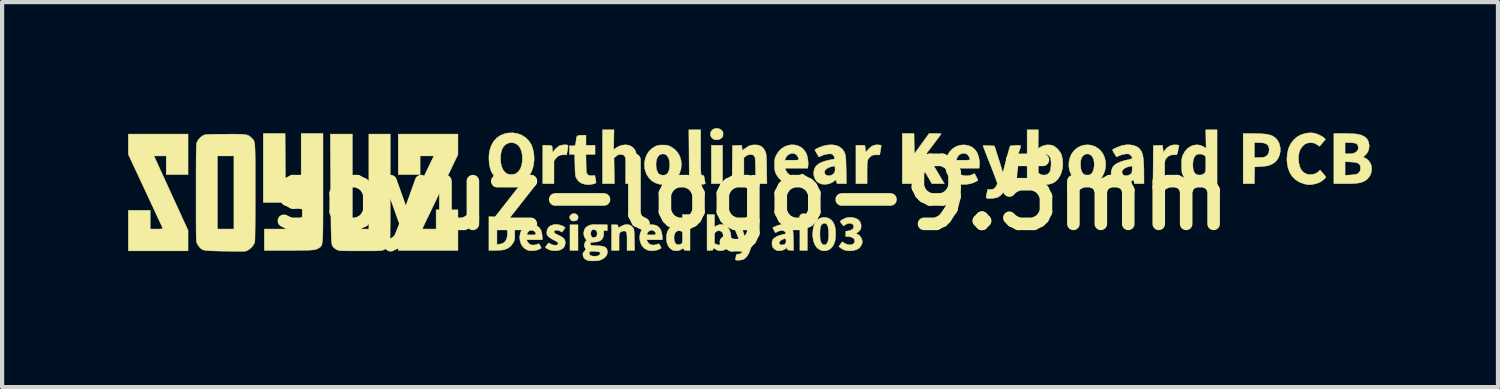
<source format=kicad_pcb>
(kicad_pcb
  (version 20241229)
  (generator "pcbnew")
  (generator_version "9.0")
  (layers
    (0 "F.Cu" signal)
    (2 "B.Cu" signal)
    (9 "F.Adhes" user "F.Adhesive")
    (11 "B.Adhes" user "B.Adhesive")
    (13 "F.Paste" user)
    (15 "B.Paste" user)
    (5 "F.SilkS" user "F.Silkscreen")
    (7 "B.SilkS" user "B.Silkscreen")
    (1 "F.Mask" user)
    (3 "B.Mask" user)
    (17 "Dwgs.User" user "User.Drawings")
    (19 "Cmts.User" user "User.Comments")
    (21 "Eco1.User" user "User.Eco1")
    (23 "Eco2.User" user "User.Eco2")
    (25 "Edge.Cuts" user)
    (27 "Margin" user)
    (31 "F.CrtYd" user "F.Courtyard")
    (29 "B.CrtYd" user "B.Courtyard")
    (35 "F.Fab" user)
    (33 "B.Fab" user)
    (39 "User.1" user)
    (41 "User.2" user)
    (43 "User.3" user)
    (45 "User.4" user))
  (footprint "soyuz-logo-9.5mm"
    (layer "F.Cu")
    (at 14.813 1.59)
    (property "Reference" "soyuz-logo-9.5mm" (at 0 0 0) (layer "F.SilkS") (effects (font (size 1.524 1.524) (thickness 0.3))))
    (attr through_hole)
    (fp_poly (pts (xy -4.102 1.321) (xy -4.293 1.321) (xy -4.293 0.711) (xy -4.102 0.711) (xy -4.102 1.321)) (stroke (width 0.01) (type solid)) (fill yes) (layer "F.SilkS"))
    (fp_poly (pts (xy -0.66 -0.267) (xy -0.927 -0.267) (xy -0.927 -1.181) (xy -0.66 -1.181) (xy -0.66 -0.267)) (stroke (width 0.01) (type solid)) (fill yes) (layer "F.SilkS"))
    (fp_poly (pts (xy 1.359 1.321) (xy 1.181 1.321) (xy 1.181 0.711) (xy 1.359 0.711) (xy 1.359 1.321)) (stroke (width 0.01) (type solid)) (fill yes) (layer "F.SilkS"))
    (fp_poly (pts (xy 1.322 0.455) (xy 1.356 0.482) (xy 1.371 0.524) (xy 1.372 0.533) (xy 1.361 0.575) (xy 1.333 0.605) (xy 1.294 0.622) (xy 1.251 0.623) (xy 1.211 0.606) (xy 1.196 0.593) (xy 1.173 0.554) (xy 1.172 0.514) (xy 1.19 0.479) (xy 1.225 0.454) (xy 1.273 0.445) (xy 1.274 0.445) (xy 1.322 0.455)) (stroke (width 0.01) (type solid)) (fill yes) (layer "F.SilkS"))
    (fp_poly (pts (xy -4.151 0.454) (xy -4.118 0.478) (xy -4.1 0.514) (xy -4.098 0.531) (xy -4.108 0.578) (xy -4.137 0.608) (xy -4.184 0.622) (xy -4.198 0.622) (xy -4.238 0.619) (xy -4.265 0.604) (xy -4.279 0.589) (xy -4.302 0.548) (xy -4.3 0.512) (xy -4.274 0.476) (xy -4.274 0.476) (xy -4.235 0.451) (xy -4.192 0.444) (xy -4.151 0.454)) (stroke (width 0.01) (type solid)) (fill yes) (layer "F.SilkS"))
    (fp_poly (pts (xy -0.721 -1.566) (xy -0.687 -1.542) (xy -0.662 -1.517) (xy -0.65 -1.49) (xy -0.648 -1.45) (xy -0.648 -1.449) (xy -0.651 -1.407) (xy -0.664 -1.377) (xy -0.685 -1.353) (xy -0.733 -1.323) (xy -0.791 -1.31) (xy -0.849 -1.316) (xy -0.884 -1.331) (xy -0.926 -1.37) (xy -0.947 -1.417) (xy -0.949 -1.466) (xy -0.933 -1.513) (xy -0.899 -1.552) (xy -0.849 -1.578) (xy -0.831 -1.582) (xy -0.772 -1.585) (xy -0.721 -1.566)) (stroke (width 0.01) (type solid)) (fill yes) (layer "F.SilkS"))
    (fp_poly (pts (xy -6.96 -0.96) (xy -7.152 -0.559) (xy -7.208 -0.443) (xy -7.271 -0.311) (xy -7.339 -0.171) (xy -7.408 -0.028) (xy -7.474 0.108) (xy -7.534 0.233) (xy -7.547 0.26) (xy -7.595 0.359) (xy -7.64 0.453) (xy -7.682 0.54) (xy -7.718 0.616) (xy -7.748 0.678) (xy -7.769 0.723) (xy -7.78 0.746) (xy -7.81 0.813) (xy -7.48 0.813) (xy -7.48 0.356) (xy -6.96 0.356) (xy -6.96 1.321) (xy -8.382 1.321) (xy -8.382 0.832) (xy -7.534 -0.927) (xy -7.861 -0.927) (xy -7.861 -0.483) (xy -8.382 -0.483) (xy -8.382 -1.448) (xy -6.96 -1.448) (xy -6.96 -0.96)) (stroke (width 0.01) (type solid)) (fill yes) (layer "F.SilkS"))
    (fp_poly (pts (xy -1.181 -1.016) (xy -1.181 -0.886) (xy -1.181 -0.779) (xy -1.18 -0.693) (xy -1.18 -0.625) (xy -1.178 -0.573) (xy -1.177 -0.535) (xy -1.174 -0.508) (xy -1.171 -0.491) (xy -1.167 -0.48) (xy -1.162 -0.474) (xy -1.155 -0.47) (xy -1.131 -0.462) (xy -1.118 -0.463) (xy -1.108 -0.457) (xy -1.1 -0.434) (xy -1.099 -0.429) (xy -1.092 -0.39) (xy -1.084 -0.342) (xy -1.081 -0.327) (xy -1.07 -0.267) (xy -1.116 -0.254) (xy -1.193 -0.243) (xy -1.276 -0.253) (xy -1.281 -0.254) (xy -1.341 -0.278) (xy -1.388 -0.321) (xy -1.422 -0.375) (xy -1.454 -0.438) (xy -1.458 -0.994) (xy -1.463 -1.549) (xy -1.181 -1.549) (xy -1.181 -1.016)) (stroke (width 0.01) (type solid)) (fill yes) (layer "F.SilkS"))
    (fp_poly (pts (xy 10.156 -1.19) (xy 10.164 -1.189) (xy 10.208 -1.181) (xy 10.19 -1.095) (xy 10.178 -1.034) (xy 10.169 -0.993) (xy 10.16 -0.969) (xy 10.147 -0.957) (xy 10.129 -0.954) (xy 10.102 -0.954) (xy 10.086 -0.955) (xy 10.015 -0.949) (xy 9.958 -0.924) (xy 9.91 -0.878) (xy 9.898 -0.862) (xy 9.888 -0.846) (xy 9.88 -0.831) (xy 9.874 -0.812) (xy 9.87 -0.787) (xy 9.868 -0.752) (xy 9.867 -0.702) (xy 9.867 -0.635) (xy 9.867 -0.546) (xy 9.867 -0.541) (xy 9.869 -0.267) (xy 9.588 -0.267) (xy 9.592 -0.721) (xy 9.595 -1.175) (xy 9.704 -1.178) (xy 9.813 -1.182) (xy 9.825 -1.096) (xy 9.836 -1.011) (xy 9.869 -1.061) (xy 9.925 -1.125) (xy 9.995 -1.169) (xy 10.073 -1.191) (xy 10.156 -1.19)) (stroke (width 0.01) (type solid)) (fill yes) (layer "F.SilkS"))
    (fp_poly (pts (xy -4.362 -1.189) (xy -4.347 -1.184) (xy -4.34 -1.173) (xy -4.339 -1.15) (xy -4.344 -1.11) (xy -4.352 -1.063) (xy -4.372 -0.953) (xy -4.443 -0.955) (xy -4.515 -0.949) (xy -4.573 -0.924) (xy -4.623 -0.878) (xy -4.636 -0.861) (xy -4.674 -0.809) (xy -4.674 -0.267) (xy -4.94 -0.267) (xy -4.94 -1.181) (xy -4.834 -1.181) (xy -4.778 -1.18) (xy -4.742 -1.175) (xy -4.723 -1.161) (xy -4.714 -1.134) (xy -4.712 -1.09) (xy -4.712 -1.077) (xy -4.709 -1.044) (xy -4.701 -1.024) (xy -4.699 -1.022) (xy -4.687 -1.023) (xy -4.686 -1.028) (xy -4.677 -1.049) (xy -4.653 -1.079) (xy -4.619 -1.113) (xy -4.582 -1.143) (xy -4.548 -1.166) (xy -4.54 -1.17) (xy -4.499 -1.183) (xy -4.45 -1.191) (xy -4.401 -1.193) (xy -4.362 -1.189)) (stroke (width 0.01) (type solid)) (fill yes) (layer "F.SilkS"))
    (fp_poly (pts (xy 3.048 -1.191) (xy 3.085 -1.187) (xy 3.111 -1.182) (xy 3.117 -1.18) (xy 3.116 -1.166) (xy 3.112 -1.133) (xy 3.105 -1.087) (xy 3.101 -1.064) (xy 3.082 -0.953) (xy 2.995 -0.953) (xy 2.947 -0.951) (xy 2.915 -0.946) (xy 2.89 -0.934) (xy 2.864 -0.913) (xy 2.838 -0.889) (xy 2.818 -0.867) (xy 2.803 -0.842) (xy 2.793 -0.811) (xy 2.787 -0.771) (xy 2.783 -0.717) (xy 2.782 -0.646) (xy 2.781 -0.554) (xy 2.781 -0.534) (xy 2.781 -0.267) (xy 2.515 -0.267) (xy 2.515 -1.181) (xy 2.727 -1.181) (xy 2.735 -1.133) (xy 2.741 -1.09) (xy 2.743 -1.05) (xy 2.743 -1.048) (xy 2.744 -1.03) (xy 2.748 -1.024) (xy 2.76 -1.032) (xy 2.783 -1.055) (xy 2.807 -1.082) (xy 2.87 -1.142) (xy 2.933 -1.178) (xy 3.002 -1.192) (xy 3.048 -1.191)) (stroke (width 0.01) (type solid)) (fill yes) (layer "F.SilkS"))
    (fp_poly (pts (xy -13.386 -0.483) (xy -13.906 -0.483) (xy -13.906 -0.927) (xy -14.197 -0.927) (xy -14.126 -0.772) (xy -14.108 -0.732) (xy -14.081 -0.672) (xy -14.045 -0.594) (xy -14.002 -0.5) (xy -13.953 -0.394) (xy -13.9 -0.277) (xy -13.842 -0.152) (xy -13.783 -0.022) (xy -13.722 0.111) (xy -13.721 0.113) (xy -13.386 0.843) (xy -13.386 1.333) (xy -14.808 1.333) (xy -14.808 0.368) (xy -14.287 0.368) (xy -14.287 0.813) (xy -14.134 0.813) (xy -14.066 0.812) (xy -14.021 0.81) (xy -13.996 0.806) (xy -13.986 0.8) (xy -13.986 0.797) (xy -13.993 0.783) (xy -14.009 0.748) (xy -14.034 0.694) (xy -14.068 0.622) (xy -14.109 0.534) (xy -14.156 0.432) (xy -14.209 0.319) (xy -14.267 0.195) (xy -14.329 0.062) (xy -14.394 -0.077) (xy -14.4 -0.091) (xy -14.808 -0.963) (xy -14.808 -1.448) (xy -13.386 -1.448) (xy -13.386 -0.483)) (stroke (width 0.01) (type solid)) (fill yes) (layer "F.SilkS"))
    (fp_poly (pts (xy -11.068 -0.324) (xy -10.881 -0.32) (xy -10.693 -0.317) (xy -10.693 -1.46) (xy -10.173 -1.46) (xy -10.173 -0.186) (xy -10.173 0.03) (xy -10.173 0.222) (xy -10.173 0.392) (xy -10.173 0.541) (xy -10.174 0.671) (xy -10.175 0.782) (xy -10.176 0.877) (xy -10.178 0.957) (xy -10.181 1.023) (xy -10.184 1.077) (xy -10.189 1.12) (xy -10.194 1.154) (xy -10.2 1.18) (xy -10.207 1.2) (xy -10.215 1.215) (xy -10.224 1.227) (xy -10.235 1.236) (xy -10.247 1.246) (xy -10.255 1.252) (xy -10.276 1.267) (xy -10.297 1.28) (xy -10.321 1.291) (xy -10.348 1.3) (xy -10.383 1.306) (xy -10.427 1.311) (xy -10.482 1.315) (xy -10.552 1.318) (xy -10.638 1.319) (xy -10.742 1.32) (xy -10.868 1.321) (xy -10.994 1.321) (xy -11.57 1.321) (xy -11.57 0.813) (xy -10.668 0.813) (xy -10.668 0.178) (xy -11.595 0.178) (xy -11.595 -1.46) (xy -11.075 -1.46) (xy -11.068 -0.324)) (stroke (width 0.01) (type solid)) (fill yes) (layer "F.SilkS"))
    (fp_poly (pts (xy -3.249 -1.313) (xy -3.253 -1.077) (xy -3.208 -1.111) (xy -3.132 -1.157) (xy -3.052 -1.184) (xy -2.971 -1.193) (xy -2.895 -1.183) (xy -2.828 -1.154) (xy -2.789 -1.122) (xy -2.765 -1.096) (xy -2.746 -1.07) (xy -2.731 -1.04) (xy -2.72 -1.004) (xy -2.711 -0.959) (xy -2.705 -0.9) (xy -2.701 -0.826) (xy -2.698 -0.733) (xy -2.696 -0.618) (xy -2.696 -0.613) (xy -2.69 -0.267) (xy -2.968 -0.267) (xy -2.967 -0.577) (xy -2.966 -0.674) (xy -2.967 -0.749) (xy -2.967 -0.805) (xy -2.969 -0.846) (xy -2.972 -0.874) (xy -2.977 -0.894) (xy -2.983 -0.909) (xy -2.991 -0.921) (xy -2.992 -0.923) (xy -3.016 -0.948) (xy -3.048 -0.959) (xy -3.076 -0.963) (xy -3.114 -0.962) (xy -3.146 -0.953) (xy -3.181 -0.93) (xy -3.189 -0.924) (xy -3.245 -0.881) (xy -3.24 -0.574) (xy -3.235 -0.267) (xy -3.518 -0.267) (xy -3.518 -1.549) (xy -3.245 -1.549) (xy -3.249 -1.313)) (stroke (width 0.01) (type solid)) (fill yes) (layer "F.SilkS"))
    (fp_poly (pts (xy -2.873 0.715) (xy -2.821 0.746) (xy -2.784 0.792) (xy -2.776 0.811) (xy -2.77 0.836) (xy -2.765 0.872) (xy -2.762 0.923) (xy -2.76 0.991) (xy -2.758 1.076) (xy -2.754 1.321) (xy -2.934 1.321) (xy -2.934 1.114) (xy -2.934 1.027) (xy -2.936 0.962) (xy -2.942 0.917) (xy -2.95 0.887) (xy -2.964 0.869) (xy -2.983 0.861) (xy -3.01 0.859) (xy -3.014 0.859) (xy -3.066 0.87) (xy -3.092 0.889) (xy -3.104 0.901) (xy -3.113 0.914) (xy -3.118 0.931) (xy -3.122 0.959) (xy -3.124 0.999) (xy -3.124 1.058) (xy -3.124 1.12) (xy -3.124 1.321) (xy -3.302 1.321) (xy -3.302 0.711) (xy -3.226 0.711) (xy -3.184 0.712) (xy -3.161 0.716) (xy -3.151 0.725) (xy -3.15 0.741) (xy -3.147 0.766) (xy -3.137 0.776) (xy -3.115 0.771) (xy -3.078 0.75) (xy -3.07 0.745) (xy -3.002 0.714) (xy -2.935 0.704) (xy -2.873 0.715)) (stroke (width 0.01) (type solid)) (fill yes) (layer "F.SilkS"))
    (fp_poly (pts (xy 11.979 -1.46) (xy 12.099 -1.459) (xy 12.197 -1.454) (xy 12.277 -1.446) (xy 12.343 -1.434) (xy 12.399 -1.418) (xy 12.443 -1.398) (xy 12.51 -1.351) (xy 12.562 -1.287) (xy 12.597 -1.212) (xy 12.616 -1.129) (xy 12.619 -1.043) (xy 12.604 -0.958) (xy 12.572 -0.878) (xy 12.522 -0.808) (xy 12.494 -0.781) (xy 12.436 -0.74) (xy 12.371 -0.71) (xy 12.293 -0.69) (xy 12.197 -0.677) (xy 12.154 -0.675) (xy 12.008 -0.667) (xy 12.004 -0.467) (xy 12.001 -0.267) (xy 11.735 -0.267) (xy 11.735 -0.889) (xy 12.002 -0.889) (xy 12.113 -0.889) (xy 12.178 -0.891) (xy 12.225 -0.897) (xy 12.26 -0.908) (xy 12.268 -0.912) (xy 12.317 -0.951) (xy 12.346 -1.005) (xy 12.354 -1.074) (xy 12.354 -1.089) (xy 12.343 -1.146) (xy 12.319 -1.188) (xy 12.28 -1.217) (xy 12.222 -1.236) (xy 12.143 -1.244) (xy 12.1 -1.245) (xy 12.002 -1.245) (xy 12.002 -0.889) (xy 11.735 -0.889) (xy 11.735 -1.46) (xy 11.979 -1.46)) (stroke (width 0.01) (type solid)) (fill yes) (layer "F.SilkS"))
    (fp_poly (pts (xy 0.172 -1.188) (xy 0.245 -1.164) (xy 0.304 -1.12) (xy 0.347 -1.054) (xy 0.357 -1.032) (xy 0.366 -1.009) (xy 0.373 -0.986) (xy 0.378 -0.959) (xy 0.382 -0.926) (xy 0.385 -0.882) (xy 0.387 -0.825) (xy 0.389 -0.751) (xy 0.39 -0.656) (xy 0.391 -0.613) (xy 0.396 -0.267) (xy 0.129 -0.267) (xy 0.125 -0.577) (xy 0.124 -0.674) (xy 0.122 -0.749) (xy 0.12 -0.805) (xy 0.117 -0.846) (xy 0.114 -0.875) (xy 0.109 -0.895) (xy 0.102 -0.91) (xy 0.094 -0.922) (xy 0.094 -0.923) (xy 0.073 -0.945) (xy 0.05 -0.956) (xy 0.013 -0.958) (xy 0.003 -0.958) (xy -0.047 -0.953) (xy -0.087 -0.937) (xy -0.106 -0.923) (xy -0.152 -0.888) (xy -0.152 -0.267) (xy -0.432 -0.267) (xy -0.429 -0.721) (xy -0.425 -1.175) (xy -0.316 -1.178) (xy -0.206 -1.182) (xy -0.197 -1.119) (xy -0.188 -1.056) (xy -0.131 -1.1) (xy -0.072 -1.141) (xy -0.023 -1.168) (xy 0.027 -1.183) (xy 0.085 -1.191) (xy 0.172 -1.188)) (stroke (width 0.01) (type solid)) (fill yes) (layer "F.SilkS"))
    (fp_poly (pts (xy 3.902 -1.218) (xy 3.905 -0.976) (xy 4.081 -1.218) (xy 4.256 -1.46) (xy 4.401 -1.46) (xy 4.459 -1.46) (xy 4.505 -1.459) (xy 4.536 -1.457) (xy 4.547 -1.454) (xy 4.539 -1.443) (xy 4.519 -1.416) (xy 4.489 -1.375) (xy 4.451 -1.324) (xy 4.408 -1.267) (xy 4.363 -1.207) (xy 4.318 -1.147) (xy 4.276 -1.092) (xy 4.239 -1.044) (xy 4.211 -1.007) (xy 4.203 -0.997) (xy 4.203 -0.979) (xy 4.216 -0.948) (xy 4.228 -0.927) (xy 4.244 -0.901) (xy 4.27 -0.856) (xy 4.306 -0.797) (xy 4.348 -0.727) (xy 4.394 -0.649) (xy 4.442 -0.568) (xy 4.621 -0.267) (xy 4.324 -0.267) (xy 4.18 -0.514) (xy 4.139 -0.586) (xy 4.102 -0.649) (xy 4.071 -0.701) (xy 4.048 -0.739) (xy 4.035 -0.759) (xy 4.033 -0.762) (xy 4.024 -0.753) (xy 4.003 -0.728) (xy 3.975 -0.692) (xy 3.964 -0.678) (xy 3.899 -0.594) (xy 3.899 -0.267) (xy 3.619 -0.267) (xy 3.619 -1.46) (xy 3.898 -1.46) (xy 3.902 -1.218)) (stroke (width 0.01) (type solid)) (fill yes) (layer "F.SilkS"))
    (fp_poly (pts (xy -6.055 0.525) (xy -5.97 0.53) (xy -5.904 0.536) (xy -5.854 0.545) (xy -5.812 0.557) (xy -5.774 0.574) (xy -5.738 0.595) (xy -5.695 0.63) (xy -5.661 0.674) (xy -5.644 0.707) (xy -5.628 0.741) (xy -5.617 0.771) (xy -5.611 0.804) (xy -5.608 0.847) (xy -5.607 0.906) (xy -5.607 0.927) (xy -5.607 0.991) (xy -5.609 1.036) (xy -5.614 1.069) (xy -5.623 1.097) (xy -5.636 1.125) (xy -5.646 1.143) (xy -5.7 1.215) (xy -5.771 1.27) (xy -5.854 1.304) (xy -5.868 1.307) (xy -5.908 1.313) (xy -5.964 1.317) (xy -6.029 1.32) (xy -6.078 1.321) (xy -6.223 1.321) (xy -6.223 0.673) (xy -6.032 0.673) (xy -6.032 1.181) (xy -5.972 1.173) (xy -5.926 1.163) (xy -5.883 1.147) (xy -5.872 1.141) (xy -5.829 1.101) (xy -5.799 1.04) (xy -5.782 0.96) (xy -5.782 0.959) (xy -5.782 0.872) (xy -5.801 0.798) (xy -5.836 0.739) (xy -5.886 0.698) (xy -5.951 0.676) (xy -5.989 0.673) (xy -6.032 0.673) (xy -6.223 0.673) (xy -6.223 0.517) (xy -6.055 0.525)) (stroke (width 0.01) (type solid)) (fill yes) (layer "F.SilkS"))
    (fp_poly (pts (xy 1.792 0.536) (xy 1.865 0.555) (xy 1.927 0.596) (xy 1.976 0.658) (xy 2.011 0.737) (xy 2.015 0.753) (xy 2.027 0.823) (xy 2.032 0.907) (xy 2.03 0.995) (xy 2.021 1.075) (xy 2.012 1.117) (xy 1.979 1.198) (xy 1.932 1.261) (xy 1.873 1.306) (xy 1.807 1.33) (xy 1.735 1.332) (xy 1.661 1.31) (xy 1.651 1.305) (xy 1.591 1.261) (xy 1.543 1.196) (xy 1.509 1.114) (xy 1.49 1.016) (xy 1.486 0.943) (xy 1.658 0.943) (xy 1.66 1.007) (xy 1.664 1.059) (xy 1.667 1.081) (xy 1.686 1.135) (xy 1.715 1.172) (xy 1.749 1.191) (xy 1.786 1.189) (xy 1.815 1.169) (xy 1.84 1.133) (xy 1.856 1.079) (xy 1.865 1.005) (xy 1.867 0.933) (xy 1.863 0.837) (xy 1.851 0.764) (xy 1.831 0.713) (xy 1.802 0.683) (xy 1.764 0.673) (xy 1.723 0.685) (xy 1.69 0.718) (xy 1.669 0.766) (xy 1.667 0.774) (xy 1.662 0.817) (xy 1.659 0.876) (xy 1.658 0.943) (xy 1.486 0.943) (xy 1.486 0.938) (xy 1.494 0.824) (xy 1.516 0.727) (xy 1.553 0.649) (xy 1.603 0.59) (xy 1.666 0.552) (xy 1.74 0.536) (xy 1.792 0.536)) (stroke (width 0.01) (type solid)) (fill yes) (layer "F.SilkS"))
    (fp_poly (pts (xy -0.851 0.761) (xy -0.81 0.737) (xy -0.74 0.709) (xy -0.672 0.704) (xy -0.633 0.712) (xy -0.573 0.74) (xy -0.525 0.786) (xy -0.49 0.846) (xy -0.468 0.916) (xy -0.458 0.992) (xy -0.462 1.069) (xy -0.478 1.143) (xy -0.508 1.21) (xy -0.551 1.265) (xy -0.608 1.306) (xy -0.614 1.309) (xy -0.685 1.33) (xy -0.751 1.329) (xy -0.794 1.313) (xy -0.827 1.294) (xy -0.853 1.275) (xy -0.868 1.264) (xy -0.877 1.273) (xy -0.881 1.288) (xy -0.888 1.307) (xy -0.902 1.317) (xy -0.929 1.32) (xy -0.959 1.321) (xy -1.029 1.321) (xy -1.029 1.03) (xy -0.851 1.03) (xy -0.851 1.157) (xy -0.81 1.175) (xy -0.777 1.188) (xy -0.756 1.192) (xy -0.736 1.188) (xy -0.719 1.182) (xy -0.683 1.155) (xy -0.658 1.107) (xy -0.645 1.04) (xy -0.644 1.007) (xy -0.646 0.954) (xy -0.654 0.918) (xy -0.669 0.892) (xy -0.705 0.862) (xy -0.751 0.852) (xy -0.797 0.864) (xy -0.817 0.877) (xy -0.832 0.89) (xy -0.842 0.905) (xy -0.848 0.926) (xy -0.85 0.96) (xy -0.851 1.013) (xy -0.851 1.03) (xy -1.029 1.03) (xy -1.029 0.47) (xy -0.851 0.47) (xy -0.851 0.761)) (stroke (width 0.01) (type solid)) (fill yes) (layer "F.SilkS"))
    (fp_poly (pts (xy -3.912 -1.181) (xy -3.696 -1.181) (xy -3.696 -0.965) (xy -3.914 -0.965) (xy -3.909 -0.744) (xy -3.908 -0.664) (xy -3.906 -0.605) (xy -3.903 -0.564) (xy -3.899 -0.536) (xy -3.894 -0.517) (xy -3.885 -0.502) (xy -3.874 -0.489) (xy -3.874 -0.489) (xy -3.852 -0.469) (xy -3.829 -0.46) (xy -3.794 -0.458) (xy -3.772 -0.459) (xy -3.703 -0.464) (xy -3.685 -0.384) (xy -3.677 -0.34) (xy -3.673 -0.304) (xy -3.674 -0.287) (xy -3.69 -0.276) (xy -3.723 -0.264) (xy -3.762 -0.255) (xy -3.816 -0.247) (xy -3.855 -0.244) (xy -3.891 -0.245) (xy -3.933 -0.252) (xy -3.946 -0.255) (xy -4.022 -0.278) (xy -4.081 -0.318) (xy -4.128 -0.376) (xy -4.15 -0.419) (xy -4.158 -0.442) (xy -4.164 -0.474) (xy -4.168 -0.52) (xy -4.172 -0.583) (xy -4.174 -0.666) (xy -4.175 -0.714) (xy -4.181 -0.965) (xy -4.305 -0.965) (xy -4.305 -1.168) (xy -4.236 -1.168) (xy -4.206 -1.168) (xy -4.185 -1.17) (xy -4.172 -1.179) (xy -4.163 -1.198) (xy -4.156 -1.231) (xy -4.149 -1.283) (xy -4.143 -1.327) (xy -4.137 -1.367) (xy -4.126 -1.394) (xy -4.106 -1.409) (xy -4.073 -1.417) (xy -4.021 -1.421) (xy -3.991 -1.421) (xy -3.912 -1.422) (xy -3.912 -1.181)) (stroke (width 0.01) (type solid)) (fill yes) (layer "F.SilkS"))
    (fp_poly (pts (xy 8.133 -1.179) (xy 8.222 -1.145) (xy 8.304 -1.089) (xy 8.33 -1.066) (xy 8.392 -0.986) (xy 8.435 -0.894) (xy 8.458 -0.792) (xy 8.461 -0.685) (xy 8.442 -0.578) (xy 8.413 -0.497) (xy 8.363 -0.413) (xy 8.294 -0.344) (xy 8.212 -0.292) (xy 8.12 -0.259) (xy 8.023 -0.247) (xy 7.939 -0.255) (xy 7.843 -0.286) (xy 7.76 -0.337) (xy 7.69 -0.406) (xy 7.637 -0.488) (xy 7.601 -0.581) (xy 7.584 -0.682) (xy 7.585 -0.718) (xy 7.862 -0.718) (xy 7.869 -0.625) (xy 7.89 -0.554) (xy 7.925 -0.503) (xy 7.973 -0.474) (xy 7.981 -0.472) (xy 8.032 -0.466) (xy 8.082 -0.478) (xy 8.101 -0.486) (xy 8.133 -0.515) (xy 8.159 -0.563) (xy 8.178 -0.624) (xy 8.188 -0.693) (xy 8.188 -0.765) (xy 8.177 -0.832) (xy 8.17 -0.857) (xy 8.139 -0.916) (xy 8.096 -0.956) (xy 8.047 -0.975) (xy 7.995 -0.973) (xy 7.943 -0.948) (xy 7.932 -0.939) (xy 7.898 -0.901) (xy 7.877 -0.855) (xy 7.865 -0.796) (xy 7.862 -0.718) (xy 7.585 -0.718) (xy 7.587 -0.789) (xy 7.608 -0.881) (xy 7.649 -0.975) (xy 7.707 -1.053) (xy 7.778 -1.115) (xy 7.86 -1.16) (xy 7.948 -1.186) (xy 8.04 -1.193) (xy 8.133 -1.179)) (stroke (width 0.01) (type solid)) (fill yes) (layer "F.SilkS"))
    (fp_poly (pts (xy -1.435 1.321) (xy -1.505 1.321) (xy -1.543 1.319) (xy -1.569 1.315) (xy -1.575 1.311) (xy -1.581 1.293) (xy -1.586 1.284) (xy -1.597 1.275) (xy -1.615 1.281) (xy -1.639 1.296) (xy -1.689 1.319) (xy -1.749 1.33) (xy -1.81 1.327) (xy -1.848 1.316) (xy -1.909 1.274) (xy -1.956 1.213) (xy -1.986 1.136) (xy -1.998 1.044) (xy -1.998 1.042) (xy -1.996 1.001) (xy -1.816 1.001) (xy -1.814 1.058) (xy -1.802 1.111) (xy -1.781 1.154) (xy -1.752 1.179) (xy -1.75 1.18) (xy -1.702 1.186) (xy -1.655 1.173) (xy -1.635 1.159) (xy -1.625 1.146) (xy -1.618 1.124) (xy -1.614 1.09) (xy -1.613 1.037) (xy -1.613 1.01) (xy -1.613 0.951) (xy -1.615 0.913) (xy -1.619 0.889) (xy -1.627 0.875) (xy -1.639 0.866) (xy -1.642 0.865) (xy -1.692 0.851) (xy -1.74 0.86) (xy -1.78 0.891) (xy -1.787 0.9) (xy -1.807 0.946) (xy -1.816 1.001) (xy -1.996 1.001) (xy -1.992 0.947) (xy -1.97 0.867) (xy -1.931 0.801) (xy -1.912 0.78) (xy -1.853 0.733) (xy -1.788 0.707) (xy -1.722 0.704) (xy -1.659 0.724) (xy -1.638 0.737) (xy -1.605 0.76) (xy -1.611 0.615) (xy -1.616 0.47) (xy -1.435 0.47) (xy -1.435 1.321)) (stroke (width 0.01) (type solid)) (fill yes) (layer "F.SilkS"))
    (fp_poly (pts (xy -2.025 -1.186) (xy -1.984 -1.182) (xy -1.948 -1.172) (xy -1.907 -1.154) (xy -1.885 -1.143) (xy -1.799 -1.085) (xy -1.73 -1.011) (xy -1.679 -0.922) (xy -1.649 -0.823) (xy -1.64 -0.716) (xy -1.65 -0.62) (xy -1.682 -0.516) (xy -1.733 -0.426) (xy -1.799 -0.352) (xy -1.879 -0.297) (xy -1.969 -0.261) (xy -2.068 -0.247) (xy -2.16 -0.254) (xy -2.256 -0.283) (xy -2.341 -0.334) (xy -2.412 -0.403) (xy -2.467 -0.488) (xy -2.504 -0.587) (xy -2.514 -0.635) (xy -2.52 -0.747) (xy -2.519 -0.751) (xy -2.244 -0.751) (xy -2.243 -0.68) (xy -2.232 -0.611) (xy -2.213 -0.552) (xy -2.184 -0.507) (xy -2.157 -0.486) (xy -2.097 -0.468) (xy -2.039 -0.471) (xy -1.988 -0.495) (xy -1.984 -0.498) (xy -1.952 -0.54) (xy -1.93 -0.602) (xy -1.919 -0.681) (xy -1.918 -0.718) (xy -1.925 -0.807) (xy -1.945 -0.877) (xy -1.979 -0.93) (xy -2.002 -0.952) (xy -2.049 -0.974) (xy -2.101 -0.975) (xy -2.152 -0.957) (xy -2.186 -0.929) (xy -2.216 -0.881) (xy -2.235 -0.82) (xy -2.244 -0.751) (xy -2.519 -0.751) (xy -2.504 -0.853) (xy -2.468 -0.95) (xy -2.413 -1.036) (xy -2.34 -1.106) (xy -2.261 -1.155) (xy -2.219 -1.172) (xy -2.18 -1.182) (xy -2.133 -1.187) (xy -2.082 -1.187) (xy -2.025 -1.186)) (stroke (width 0.01) (type solid)) (fill yes) (layer "F.SilkS"))
    (fp_poly (pts (xy -2.267 0.718) (xy -2.201 0.749) (xy -2.151 0.8) (xy -2.117 0.87) (xy -2.099 0.958) (xy -2.098 0.972) (xy -2.092 1.067) (xy -2.466 1.067) (xy -2.457 1.095) (xy -2.443 1.123) (xy -2.417 1.153) (xy -2.412 1.159) (xy -2.366 1.186) (xy -2.307 1.195) (xy -2.243 1.185) (xy -2.217 1.176) (xy -2.19 1.166) (xy -2.174 1.168) (xy -2.159 1.186) (xy -2.148 1.206) (xy -2.131 1.237) (xy -2.122 1.258) (xy -2.121 1.262) (xy -2.131 1.272) (xy -2.157 1.288) (xy -2.175 1.297) (xy -2.232 1.317) (xy -2.3 1.328) (xy -2.369 1.33) (xy -2.428 1.32) (xy -2.44 1.317) (xy -2.51 1.281) (xy -2.563 1.231) (xy -2.599 1.173) (xy -2.627 1.089) (xy -2.635 1.003) (xy -2.625 0.938) (xy -2.46 0.938) (xy -2.456 0.946) (xy -2.44 0.951) (xy -2.408 0.952) (xy -2.357 0.953) (xy -2.304 0.952) (xy -2.272 0.95) (xy -2.255 0.945) (xy -2.249 0.936) (xy -2.248 0.927) (xy -2.259 0.893) (xy -2.287 0.863) (xy -2.323 0.843) (xy -2.348 0.838) (xy -2.39 0.849) (xy -2.428 0.877) (xy -2.454 0.915) (xy -2.457 0.924) (xy -2.46 0.938) (xy -2.625 0.938) (xy -2.623 0.919) (xy -2.59 0.843) (xy -2.562 0.805) (xy -2.498 0.749) (xy -2.423 0.716) (xy -2.348 0.707) (xy -2.267 0.718)) (stroke (width 0.01) (type solid)) (fill yes) (layer "F.SilkS"))
    (fp_poly (pts (xy -4.538 0.715) (xy -4.478 0.735) (xy -4.435 0.759) (xy -4.406 0.782) (xy -4.445 0.835) (xy -4.484 0.887) (xy -4.527 0.862) (xy -4.586 0.842) (xy -4.619 0.841) (xy -4.652 0.846) (xy -4.667 0.858) (xy -4.671 0.876) (xy -4.671 0.892) (xy -4.662 0.906) (xy -4.643 0.92) (xy -4.607 0.94) (xy -4.56 0.962) (xy -4.494 0.997) (xy -4.448 1.029) (xy -4.42 1.063) (xy -4.407 1.103) (xy -4.405 1.144) (xy -4.416 1.211) (xy -4.449 1.263) (xy -4.501 1.301) (xy -4.572 1.323) (xy -4.621 1.329) (xy -4.693 1.327) (xy -4.755 1.317) (xy -4.763 1.314) (xy -4.805 1.297) (xy -4.842 1.278) (xy -4.851 1.271) (xy -4.882 1.247) (xy -4.845 1.198) (xy -4.823 1.169) (xy -4.808 1.149) (xy -4.805 1.144) (xy -4.793 1.147) (xy -4.771 1.159) (xy -4.724 1.183) (xy -4.676 1.196) (xy -4.632 1.199) (xy -4.597 1.191) (xy -4.577 1.172) (xy -4.574 1.153) (xy -4.583 1.134) (xy -4.608 1.113) (xy -4.651 1.089) (xy -4.671 1.079) (xy -4.721 1.052) (xy -4.768 1.022) (xy -4.802 0.995) (xy -4.804 0.993) (xy -4.83 0.963) (xy -4.842 0.933) (xy -4.845 0.891) (xy -4.845 0.89) (xy -4.834 0.824) (xy -4.801 0.77) (xy -4.749 0.731) (xy -4.678 0.707) (xy -4.659 0.703) (xy -4.602 0.703) (xy -4.538 0.715)) (stroke (width 0.01) (type solid)) (fill yes) (layer "F.SilkS"))
    (fp_poly (pts (xy -5.142 0.711) (xy -5.072 0.74) (xy -5.019 0.784) (xy -4.982 0.845) (xy -4.961 0.924) (xy -4.956 0.975) (xy -4.95 1.067) (xy -5.323 1.067) (xy -5.315 1.095) (xy -5.3 1.123) (xy -5.275 1.153) (xy -5.269 1.159) (xy -5.24 1.181) (xy -5.207 1.192) (xy -5.168 1.194) (xy -5.122 1.19) (xy -5.08 1.18) (xy -5.067 1.175) (xy -5.044 1.164) (xy -5.029 1.166) (xy -5.016 1.184) (xy -5.004 1.206) (xy -4.989 1.238) (xy -4.979 1.259) (xy -4.978 1.263) (xy -4.989 1.272) (xy -5.015 1.288) (xy -5.032 1.297) (xy -5.083 1.315) (xy -5.147 1.326) (xy -5.213 1.33) (xy -5.27 1.326) (xy -5.288 1.321) (xy -5.36 1.285) (xy -5.418 1.231) (xy -5.46 1.162) (xy -5.484 1.082) (xy -5.49 0.994) (xy -5.482 0.946) (xy -5.321 0.946) (xy -5.31 0.949) (xy -5.278 0.951) (xy -5.233 0.952) (xy -5.213 0.953) (xy -5.161 0.952) (xy -5.129 0.95) (xy -5.112 0.945) (xy -5.106 0.936) (xy -5.105 0.927) (xy -5.117 0.89) (xy -5.146 0.861) (xy -5.186 0.844) (xy -5.229 0.842) (xy -5.259 0.851) (xy -5.279 0.87) (xy -5.301 0.899) (xy -5.317 0.929) (xy -5.321 0.946) (xy -5.482 0.946) (xy -5.475 0.905) (xy -5.444 0.836) (xy -5.394 0.779) (xy -5.331 0.736) (xy -5.26 0.71) (xy -5.185 0.704) (xy -5.142 0.711)) (stroke (width 0.01) (type solid)) (fill yes) (layer "F.SilkS"))
    (fp_poly (pts (xy -5.541 -1.46) (xy -5.438 -1.421) (xy -5.347 -1.362) (xy -5.271 -1.284) (xy -5.215 -1.198) (xy -5.182 -1.112) (xy -5.158 -1.01) (xy -5.147 -0.902) (xy -5.148 -0.81) (xy -5.167 -0.678) (xy -5.205 -0.562) (xy -5.26 -0.462) (xy -5.332 -0.379) (xy -5.419 -0.315) (xy -5.52 -0.271) (xy -5.597 -0.254) (xy -5.652 -0.246) (xy -5.697 -0.243) (xy -5.741 -0.247) (xy -5.796 -0.257) (xy -5.815 -0.261) (xy -5.92 -0.296) (xy -6.011 -0.352) (xy -6.088 -0.43) (xy -6.151 -0.527) (xy -6.178 -0.587) (xy -6.202 -0.67) (xy -6.217 -0.768) (xy -6.222 -0.857) (xy -5.947 -0.857) (xy -5.939 -0.755) (xy -5.917 -0.666) (xy -5.882 -0.591) (xy -5.836 -0.534) (xy -5.785 -0.5) (xy -5.728 -0.485) (xy -5.663 -0.484) (xy -5.603 -0.497) (xy -5.576 -0.51) (xy -5.514 -0.562) (xy -5.468 -0.634) (xy -5.439 -0.725) (xy -5.426 -0.824) (xy -5.427 -0.934) (xy -5.444 -1.03) (xy -5.475 -1.111) (xy -5.519 -1.174) (xy -5.576 -1.218) (xy -5.643 -1.241) (xy -5.682 -1.245) (xy -5.76 -1.234) (xy -5.825 -1.201) (xy -5.877 -1.148) (xy -5.915 -1.075) (xy -5.938 -0.982) (xy -5.947 -0.872) (xy -5.947 -0.857) (xy -6.222 -0.857) (xy -6.223 -0.873) (xy -6.219 -0.974) (xy -6.205 -1.057) (xy -6.167 -1.174) (xy -6.111 -1.274) (xy -6.039 -1.354) (xy -5.951 -1.416) (xy -5.848 -1.457) (xy -5.772 -1.473) (xy -5.653 -1.478) (xy -5.541 -1.46)) (stroke (width 0.01) (type solid)) (fill yes) (layer "F.SilkS"))
    (fp_poly (pts (xy -9.474 0.813) (xy -9.081 0.813) (xy -9.081 -1.448) (xy -8.572 -1.448) (xy -8.572 -0.152) (xy -8.573 0.058) (xy -8.573 0.244) (xy -8.573 0.408) (xy -8.573 0.551) (xy -8.573 0.675) (xy -8.574 0.78) (xy -8.575 0.87) (xy -8.575 0.944) (xy -8.577 1.005) (xy -8.578 1.054) (xy -8.58 1.093) (xy -8.582 1.123) (xy -8.584 1.146) (xy -8.587 1.162) (xy -8.59 1.175) (xy -8.593 1.184) (xy -8.597 1.191) (xy -8.625 1.237) (xy -8.659 1.27) (xy -8.708 1.299) (xy -8.725 1.307) (xy -8.741 1.314) (xy -8.757 1.319) (xy -8.777 1.323) (xy -8.804 1.326) (xy -8.839 1.329) (xy -8.886 1.331) (xy -8.947 1.332) (xy -9.025 1.333) (xy -9.123 1.333) (xy -9.242 1.333) (xy -9.284 1.333) (xy -9.411 1.333) (xy -9.515 1.333) (xy -9.599 1.332) (xy -9.666 1.331) (xy -9.717 1.329) (xy -9.756 1.327) (xy -9.785 1.324) (xy -9.806 1.32) (xy -9.823 1.315) (xy -9.836 1.309) (xy -9.875 1.287) (xy -9.909 1.261) (xy -9.915 1.256) (xy -9.925 1.245) (xy -9.934 1.234) (xy -9.943 1.223) (xy -9.95 1.209) (xy -9.956 1.192) (xy -9.961 1.17) (xy -9.966 1.14) (xy -9.97 1.103) (xy -9.973 1.055) (xy -9.976 0.996) (xy -9.978 0.925) (xy -9.98 0.839) (xy -9.982 0.738) (xy -9.983 0.619) (xy -9.985 0.481) (xy -9.986 0.323) (xy -9.987 0.144) (xy -9.989 -0.059) (xy -9.99 -0.156) (xy -9.999 -1.448) (xy -9.474 -1.448) (xy -9.474 0.813)) (stroke (width 0.01) (type solid)) (fill yes) (layer "F.SilkS"))
    (fp_poly (pts (xy -0.204 0.765) (xy -0.194 0.798) (xy -0.179 0.848) (xy -0.16 0.909) (xy -0.139 0.976) (xy -0.136 0.984) (xy -0.115 1.05) (xy -0.101 1.093) (xy -0.091 1.118) (xy -0.084 1.127) (xy -0.079 1.122) (xy -0.074 1.107) (xy -0.074 1.105) (xy -0.067 1.076) (xy -0.055 1.029) (xy -0.039 0.97) (xy -0.022 0.903) (xy -0.017 0.886) (xy 0.029 0.711) (xy 0.118 0.711) (xy 0.166 0.712) (xy 0.193 0.717) (xy 0.2 0.725) (xy 0.2 0.727) (xy 0.194 0.743) (xy 0.181 0.78) (xy 0.163 0.833) (xy 0.139 0.901) (xy 0.113 0.979) (xy 0.089 1.048) (xy 0.059 1.133) (xy 0.031 1.212) (xy 0.006 1.282) (xy -0.014 1.337) (xy -0.029 1.375) (xy -0.035 1.391) (xy -0.069 1.448) (xy -0.108 1.496) (xy -0.147 1.527) (xy -0.15 1.529) (xy -0.192 1.543) (xy -0.246 1.553) (xy -0.299 1.556) (xy -0.327 1.553) (xy -0.349 1.547) (xy -0.356 1.543) (xy -0.353 1.529) (xy -0.347 1.498) (xy -0.342 1.474) (xy -0.333 1.436) (xy -0.323 1.417) (xy -0.306 1.411) (xy -0.279 1.41) (xy -0.239 1.404) (xy -0.211 1.385) (xy -0.204 1.376) (xy -0.186 1.345) (xy -0.178 1.316) (xy -0.178 1.316) (xy -0.182 1.295) (xy -0.195 1.256) (xy -0.214 1.202) (xy -0.239 1.137) (xy -0.262 1.08) (xy -0.291 1.005) (xy -0.32 0.932) (xy -0.346 0.867) (xy -0.366 0.815) (xy -0.375 0.791) (xy -0.405 0.711) (xy -0.22 0.711) (xy -0.204 0.765)) (stroke (width 0.01) (type solid)) (fill yes) (layer "F.SilkS"))
    (fp_poly (pts (xy 2.42 0.537) (xy 2.504 0.555) (xy 2.568 0.588) (xy 2.612 0.636) (xy 2.635 0.7) (xy 2.639 0.723) (xy 2.635 0.791) (xy 2.608 0.847) (xy 2.56 0.89) (xy 2.557 0.892) (xy 2.512 0.918) (xy 2.548 0.934) (xy 2.603 0.97) (xy 2.643 1.024) (xy 2.664 1.088) (xy 2.667 1.122) (xy 2.657 1.168) (xy 2.632 1.218) (xy 2.597 1.262) (xy 2.587 1.271) (xy 2.534 1.302) (xy 2.465 1.322) (xy 2.389 1.332) (xy 2.313 1.329) (xy 2.244 1.314) (xy 2.243 1.314) (xy 2.198 1.293) (xy 2.155 1.266) (xy 2.151 1.263) (xy 2.108 1.23) (xy 2.147 1.174) (xy 2.169 1.143) (xy 2.186 1.122) (xy 2.191 1.118) (xy 2.203 1.124) (xy 2.229 1.14) (xy 2.242 1.149) (xy 2.296 1.176) (xy 2.351 1.189) (xy 2.401 1.187) (xy 2.443 1.172) (xy 2.473 1.146) (xy 2.487 1.11) (xy 2.482 1.069) (xy 2.458 1.035) (xy 2.415 1.009) (xy 2.361 0.993) (xy 2.327 0.991) (xy 2.273 0.991) (xy 2.273 0.866) (xy 2.339 0.857) (xy 2.395 0.841) (xy 2.436 0.815) (xy 2.46 0.781) (xy 2.463 0.743) (xy 2.444 0.704) (xy 2.437 0.697) (xy 2.402 0.679) (xy 2.355 0.676) (xy 2.303 0.688) (xy 2.26 0.711) (xy 2.22 0.74) (xy 2.189 0.703) (xy 2.158 0.665) (xy 2.144 0.639) (xy 2.148 0.621) (xy 2.17 0.602) (xy 2.2 0.585) (xy 2.266 0.552) (xy 2.327 0.537) (xy 2.394 0.535) (xy 2.42 0.537)) (stroke (width 0.01) (type solid)) (fill yes) (layer "F.SilkS"))
    (fp_poly (pts (xy 13.409 -1.473) (xy 13.467 -1.458) (xy 13.53 -1.434) (xy 13.591 -1.404) (xy 13.642 -1.373) (xy 13.666 -1.352) (xy 13.694 -1.322) (xy 13.626 -1.242) (xy 13.595 -1.205) (xy 13.57 -1.176) (xy 13.557 -1.16) (xy 13.556 -1.158) (xy 13.545 -1.163) (xy 13.52 -1.178) (xy 13.495 -1.196) (xy 13.453 -1.222) (xy 13.412 -1.235) (xy 13.359 -1.242) (xy 13.357 -1.242) (xy 13.276 -1.237) (xy 13.207 -1.21) (xy 13.149 -1.16) (xy 13.122 -1.125) (xy 13.087 -1.063) (xy 13.065 -0.999) (xy 13.054 -0.924) (xy 13.052 -0.863) (xy 13.061 -0.755) (xy 13.085 -0.663) (xy 13.124 -0.588) (xy 13.177 -0.533) (xy 13.243 -0.497) (xy 13.321 -0.483) (xy 13.333 -0.483) (xy 13.418 -0.494) (xy 13.491 -0.526) (xy 13.53 -0.556) (xy 13.565 -0.591) (xy 13.634 -0.514) (xy 13.666 -0.477) (xy 13.69 -0.446) (xy 13.702 -0.426) (xy 13.703 -0.423) (xy 13.693 -0.405) (xy 13.668 -0.379) (xy 13.631 -0.349) (xy 13.591 -0.32) (xy 13.551 -0.296) (xy 13.546 -0.294) (xy 13.491 -0.274) (xy 13.424 -0.257) (xy 13.356 -0.245) (xy 13.304 -0.242) (xy 13.271 -0.246) (xy 13.225 -0.254) (xy 13.183 -0.264) (xy 13.072 -0.305) (xy 12.978 -0.365) (xy 12.901 -0.442) (xy 12.842 -0.537) (xy 12.802 -0.648) (xy 12.78 -0.774) (xy 12.776 -0.857) (xy 12.787 -0.993) (xy 12.817 -1.114) (xy 12.869 -1.221) (xy 12.94 -1.313) (xy 13.026 -1.386) (xy 13.118 -1.435) (xy 13.221 -1.466) (xy 13.328 -1.478) (xy 13.409 -1.473)) (stroke (width 0.01) (type solid)) (fill yes) (layer "F.SilkS"))
    (fp_poly (pts (xy 6.855 -1.327) (xy 6.854 -1.255) (xy 6.854 -1.193) (xy 6.854 -1.144) (xy 6.855 -1.114) (xy 6.856 -1.105) (xy 6.868 -1.111) (xy 6.892 -1.128) (xy 6.896 -1.131) (xy 6.975 -1.172) (xy 7.063 -1.191) (xy 7.153 -1.188) (xy 7.193 -1.178) (xy 7.245 -1.153) (xy 7.299 -1.11) (xy 7.349 -1.056) (xy 7.389 -0.997) (xy 7.409 -0.953) (xy 7.434 -0.848) (xy 7.442 -0.742) (xy 7.433 -0.637) (xy 7.41 -0.539) (xy 7.372 -0.45) (xy 7.322 -0.374) (xy 7.261 -0.315) (xy 7.204 -0.282) (xy 7.156 -0.265) (xy 7.106 -0.253) (xy 7.062 -0.246) (xy 7.031 -0.247) (xy 7.029 -0.247) (xy 7.008 -0.253) (xy 6.983 -0.259) (xy 6.954 -0.271) (xy 6.916 -0.293) (xy 6.889 -0.312) (xy 6.851 -0.339) (xy 6.827 -0.346) (xy 6.813 -0.335) (xy 6.805 -0.305) (xy 6.802 -0.289) (xy 6.793 -0.279) (xy 6.774 -0.274) (xy 6.739 -0.271) (xy 6.696 -0.269) (xy 6.591 -0.266) (xy 6.591 -0.9) (xy 6.858 -0.9) (xy 6.858 -0.52) (xy 6.899 -0.495) (xy 6.953 -0.475) (xy 7.013 -0.472) (xy 7.067 -0.487) (xy 7.073 -0.491) (xy 7.11 -0.519) (xy 7.135 -0.557) (xy 7.151 -0.61) (xy 7.159 -0.681) (xy 7.161 -0.707) (xy 7.161 -0.788) (xy 7.154 -0.85) (xy 7.138 -0.897) (xy 7.111 -0.934) (xy 7.104 -0.941) (xy 7.06 -0.967) (xy 7.006 -0.973) (xy 6.949 -0.961) (xy 6.905 -0.936) (xy 6.858 -0.9) (xy 6.591 -0.9) (xy 6.591 -1.549) (xy 6.859 -1.549) (xy 6.855 -1.327)) (stroke (width 0.01) (type solid)) (fill yes) (layer "F.SilkS"))
    (fp_poly (pts (xy 0.87 0.714) (xy 0.935 0.745) (xy 0.986 0.796) (xy 0.996 0.813) (xy 1.006 0.831) (xy 1.013 0.852) (xy 1.018 0.88) (xy 1.021 0.92) (xy 1.024 0.974) (xy 1.026 1.048) (xy 1.027 1.09) (xy 1.031 1.322) (xy 0.957 1.318) (xy 0.915 1.315) (xy 0.892 1.309) (xy 0.881 1.298) (xy 0.879 1.286) (xy 0.875 1.258) (xy 0.824 1.292) (xy 0.764 1.32) (xy 0.7 1.331) (xy 0.64 1.326) (xy 0.601 1.309) (xy 0.567 1.282) (xy 0.539 1.252) (xy 0.538 1.25) (xy 0.52 1.205) (xy 0.516 1.149) (xy 0.518 1.131) (xy 0.687 1.131) (xy 0.691 1.163) (xy 0.699 1.175) (xy 0.726 1.19) (xy 0.765 1.192) (xy 0.806 1.181) (xy 0.82 1.173) (xy 0.84 1.154) (xy 0.849 1.127) (xy 0.851 1.097) (xy 0.848 1.062) (xy 0.837 1.044) (xy 0.813 1.043) (xy 0.774 1.058) (xy 0.749 1.07) (xy 0.707 1.099) (xy 0.687 1.131) (xy 0.518 1.131) (xy 0.524 1.095) (xy 0.541 1.057) (xy 0.575 1.025) (xy 0.627 0.993) (xy 0.688 0.966) (xy 0.752 0.947) (xy 0.774 0.943) (xy 0.82 0.934) (xy 0.843 0.921) (xy 0.845 0.902) (xy 0.828 0.877) (xy 0.795 0.855) (xy 0.748 0.848) (xy 0.693 0.858) (xy 0.65 0.875) (xy 0.599 0.901) (xy 0.565 0.843) (xy 0.547 0.81) (xy 0.536 0.788) (xy 0.535 0.782) (xy 0.559 0.767) (xy 0.599 0.749) (xy 0.646 0.731) (xy 0.692 0.716) (xy 0.708 0.712) (xy 0.793 0.702) (xy 0.87 0.714)) (stroke (width 0.01) (type solid)) (fill yes) (layer "F.SilkS"))
    (fp_poly (pts (xy 1.051 -1.191) (xy 1.131 -1.172) (xy 1.205 -1.136) (xy 1.27 -1.081) (xy 1.322 -1.009) (xy 1.339 -0.972) (xy 1.357 -0.914) (xy 1.371 -0.842) (xy 1.378 -0.769) (xy 1.377 -0.705) (xy 1.376 -0.693) (xy 1.368 -0.635) (xy 0.825 -0.635) (xy 0.845 -0.588) (xy 0.881 -0.525) (xy 0.928 -0.483) (xy 0.989 -0.46) (xy 1.061 -0.453) (xy 1.141 -0.462) (xy 1.197 -0.48) (xy 1.229 -0.493) (xy 1.251 -0.497) (xy 1.268 -0.488) (xy 1.285 -0.464) (xy 1.308 -0.421) (xy 1.313 -0.41) (xy 1.346 -0.343) (xy 1.286 -0.313) (xy 1.18 -0.271) (xy 1.068 -0.25) (xy 0.958 -0.251) (xy 0.93 -0.255) (xy 0.832 -0.284) (xy 0.745 -0.335) (xy 0.673 -0.405) (xy 0.617 -0.492) (xy 0.614 -0.499) (xy 0.598 -0.537) (xy 0.587 -0.57) (xy 0.581 -0.605) (xy 0.579 -0.651) (xy 0.578 -0.714) (xy 0.578 -0.718) (xy 0.578 -0.782) (xy 0.581 -0.826) (xy 0.824 -0.826) (xy 0.99 -0.826) (xy 1.059 -0.826) (xy 1.111 -0.829) (xy 1.145 -0.833) (xy 1.156 -0.838) (xy 1.151 -0.857) (xy 1.14 -0.889) (xy 1.135 -0.903) (xy 1.104 -0.95) (xy 1.062 -0.979) (xy 1.013 -0.99) (xy 0.961 -0.984) (xy 0.912 -0.961) (xy 0.869 -0.924) (xy 0.838 -0.871) (xy 0.832 -0.854) (xy 0.824 -0.826) (xy 0.581 -0.826) (xy 0.581 -0.828) (xy 0.587 -0.864) (xy 0.597 -0.897) (xy 0.614 -0.935) (xy 0.614 -0.936) (xy 0.665 -1.021) (xy 0.729 -1.09) (xy 0.803 -1.141) (xy 0.883 -1.175) (xy 0.967 -1.192) (xy 1.051 -1.191)) (stroke (width 0.01) (type solid)) (fill yes) (layer "F.SilkS"))
    (fp_poly (pts (xy 11.113 -0.266) (xy 11.002 -0.269) (xy 10.948 -0.272) (xy 10.914 -0.275) (xy 10.896 -0.281) (xy 10.888 -0.291) (xy 10.886 -0.298) (xy 10.879 -0.335) (xy 10.87 -0.349) (xy 10.855 -0.344) (xy 10.842 -0.333) (xy 10.785 -0.293) (xy 10.713 -0.265) (xy 10.637 -0.25) (xy 10.566 -0.251) (xy 10.55 -0.255) (xy 10.467 -0.284) (xy 10.399 -0.33) (xy 10.343 -0.394) (xy 10.301 -0.47) (xy 10.288 -0.501) (xy 10.279 -0.531) (xy 10.273 -0.564) (xy 10.27 -0.608) (xy 10.269 -0.668) (xy 10.268 -0.705) (xy 10.269 -0.711) (xy 10.536 -0.711) (xy 10.541 -0.628) (xy 10.557 -0.565) (xy 10.584 -0.518) (xy 10.609 -0.492) (xy 10.646 -0.476) (xy 10.694 -0.47) (xy 10.744 -0.476) (xy 10.783 -0.492) (xy 10.806 -0.509) (xy 10.823 -0.527) (xy 10.834 -0.55) (xy 10.841 -0.582) (xy 10.844 -0.628) (xy 10.845 -0.693) (xy 10.845 -0.733) (xy 10.845 -0.803) (xy 10.845 -0.853) (xy 10.842 -0.887) (xy 10.838 -0.908) (xy 10.831 -0.922) (xy 10.82 -0.933) (xy 10.813 -0.938) (xy 10.779 -0.957) (xy 10.736 -0.97) (xy 10.726 -0.972) (xy 10.663 -0.971) (xy 10.612 -0.948) (xy 10.574 -0.904) (xy 10.548 -0.839) (xy 10.537 -0.754) (xy 10.536 -0.711) (xy 10.269 -0.711) (xy 10.269 -0.777) (xy 10.271 -0.83) (xy 10.275 -0.87) (xy 10.283 -0.903) (xy 10.295 -0.936) (xy 10.297 -0.942) (xy 10.342 -1.027) (xy 10.401 -1.096) (xy 10.471 -1.148) (xy 10.547 -1.181) (xy 10.627 -1.193) (xy 10.707 -1.184) (xy 10.785 -1.152) (xy 10.791 -1.148) (xy 10.852 -1.11) (xy 10.848 -1.33) (xy 10.844 -1.549) (xy 11.113 -1.549) (xy 11.113 -0.266)) (stroke (width 0.01) (type solid)) (fill yes) (layer "F.SilkS"))
    (fp_poly (pts (xy 14.132 -1.46) (xy 14.214 -1.46) (xy 14.293 -1.458) (xy 14.363 -1.455) (xy 14.42 -1.451) (xy 14.451 -1.447) (xy 14.55 -1.423) (xy 14.627 -1.384) (xy 14.684 -1.332) (xy 14.719 -1.265) (xy 14.735 -1.184) (xy 14.735 -1.162) (xy 14.725 -1.078) (xy 14.693 -1.006) (xy 14.638 -0.943) (xy 14.636 -0.941) (xy 14.61 -0.917) (xy 14.595 -0.9) (xy 14.594 -0.897) (xy 14.608 -0.89) (xy 14.635 -0.879) (xy 14.64 -0.877) (xy 14.687 -0.848) (xy 14.732 -0.802) (xy 14.768 -0.748) (xy 14.783 -0.709) (xy 14.795 -0.62) (xy 14.784 -0.533) (xy 14.751 -0.453) (xy 14.698 -0.384) (xy 14.652 -0.347) (xy 14.61 -0.322) (xy 14.563 -0.303) (xy 14.509 -0.288) (xy 14.443 -0.278) (xy 14.362 -0.271) (xy 14.262 -0.268) (xy 14.155 -0.267) (xy 13.894 -0.267) (xy 13.894 -0.466) (xy 14.161 -0.466) (xy 14.287 -0.474) (xy 14.352 -0.48) (xy 14.407 -0.488) (xy 14.445 -0.498) (xy 14.451 -0.501) (xy 14.498 -0.536) (xy 14.523 -0.583) (xy 14.529 -0.632) (xy 14.524 -0.683) (xy 14.509 -0.721) (xy 14.479 -0.749) (xy 14.432 -0.767) (xy 14.366 -0.779) (xy 14.292 -0.784) (xy 14.161 -0.791) (xy 14.161 -0.466) (xy 13.894 -0.466) (xy 13.894 -0.978) (xy 14.161 -0.978) (xy 14.24 -0.978) (xy 14.291 -0.98) (xy 14.34 -0.986) (xy 14.366 -0.991) (xy 14.406 -1.01) (xy 14.442 -1.039) (xy 14.447 -1.044) (xy 14.469 -1.077) (xy 14.476 -1.109) (xy 14.474 -1.135) (xy 14.465 -1.177) (xy 14.448 -1.206) (xy 14.419 -1.225) (xy 14.374 -1.236) (xy 14.309 -1.242) (xy 14.287 -1.243) (xy 14.161 -1.247) (xy 14.161 -0.978) (xy 13.894 -0.978) (xy 13.894 -1.46) (xy 14.132 -1.46)) (stroke (width 0.01) (type solid)) (fill yes) (layer "F.SilkS"))
    (fp_poly (pts (xy 5.1 -1.191) (xy 5.198 -1.174) (xy 5.282 -1.137) (xy 5.35 -1.079) (xy 5.402 -1.003) (xy 5.438 -0.907) (xy 5.454 -0.816) (xy 5.458 -0.764) (xy 5.457 -0.713) (xy 5.455 -0.686) (xy 5.446 -0.635) (xy 4.902 -0.635) (xy 4.921 -0.587) (xy 4.944 -0.546) (xy 4.974 -0.509) (xy 4.977 -0.506) (xy 5.03 -0.474) (xy 5.096 -0.457) (xy 5.17 -0.455) (xy 5.244 -0.468) (xy 5.297 -0.489) (xy 5.324 -0.502) (xy 5.339 -0.506) (xy 5.34 -0.506) (xy 5.347 -0.494) (xy 5.362 -0.466) (xy 5.38 -0.431) (xy 5.399 -0.395) (xy 5.414 -0.366) (xy 5.42 -0.353) (xy 5.413 -0.342) (xy 5.387 -0.326) (xy 5.351 -0.307) (xy 5.309 -0.289) (xy 5.268 -0.274) (xy 5.251 -0.269) (xy 5.159 -0.252) (xy 5.068 -0.249) (xy 5.012 -0.254) (xy 4.912 -0.284) (xy 4.824 -0.335) (xy 4.75 -0.407) (xy 4.692 -0.497) (xy 4.688 -0.506) (xy 4.673 -0.542) (xy 4.663 -0.574) (xy 4.657 -0.61) (xy 4.655 -0.659) (xy 4.655 -0.718) (xy 4.655 -0.782) (xy 4.658 -0.826) (xy 4.902 -0.826) (xy 5.067 -0.826) (xy 5.136 -0.826) (xy 5.188 -0.829) (xy 5.222 -0.833) (xy 5.232 -0.838) (xy 5.228 -0.857) (xy 5.217 -0.889) (xy 5.212 -0.902) (xy 5.18 -0.95) (xy 5.134 -0.981) (xy 5.08 -0.991) (xy 5.022 -0.98) (xy 5.005 -0.972) (xy 4.971 -0.95) (xy 4.946 -0.922) (xy 4.924 -0.879) (xy 4.921 -0.872) (xy 4.902 -0.826) (xy 4.658 -0.826) (xy 4.658 -0.828) (xy 4.664 -0.864) (xy 4.674 -0.897) (xy 4.69 -0.935) (xy 4.691 -0.936) (xy 4.745 -1.026) (xy 4.815 -1.098) (xy 4.898 -1.151) (xy 4.99 -1.183) (xy 5.089 -1.191) (xy 5.1 -1.191)) (stroke (width 0.01) (type solid)) (fill yes) (layer "F.SilkS"))
    (fp_poly (pts (xy 6.415 -1.18) (xy 6.434 -1.171) (xy 6.438 -1.153) (xy 6.43 -1.122) (xy 6.419 -1.091) (xy 6.41 -1.065) (xy 6.394 -1.019) (xy 6.372 -0.956) (xy 6.345 -0.878) (xy 6.314 -0.79) (xy 6.281 -0.694) (xy 6.26 -0.63) (xy 6.225 -0.53) (xy 6.191 -0.434) (xy 6.159 -0.346) (xy 6.13 -0.269) (xy 6.106 -0.207) (xy 6.089 -0.163) (xy 6.082 -0.148) (xy 6.03 -0.063) (xy 5.968 0.005) (xy 5.901 0.053) (xy 5.901 0.053) (xy 5.859 0.067) (xy 5.802 0.078) (xy 5.74 0.084) (xy 5.681 0.085) (xy 5.642 0.081) (xy 5.626 0.076) (xy 5.617 0.066) (xy 5.615 0.047) (xy 5.62 0.013) (xy 5.632 -0.04) (xy 5.633 -0.046) (xy 5.653 -0.133) (xy 5.71 -0.129) (xy 5.769 -0.133) (xy 5.798 -0.145) (xy 5.832 -0.176) (xy 5.86 -0.217) (xy 5.878 -0.258) (xy 5.88 -0.275) (xy 5.876 -0.293) (xy 5.863 -0.331) (xy 5.842 -0.388) (xy 5.816 -0.459) (xy 5.784 -0.543) (xy 5.748 -0.637) (xy 5.708 -0.737) (xy 5.708 -0.737) (xy 5.669 -0.836) (xy 5.633 -0.927) (xy 5.602 -1.008) (xy 5.576 -1.076) (xy 5.556 -1.128) (xy 5.544 -1.162) (xy 5.54 -1.175) (xy 5.54 -1.175) (xy 5.553 -1.176) (xy 5.587 -1.176) (xy 5.635 -1.174) (xy 5.678 -1.172) (xy 5.813 -1.165) (xy 5.897 -0.903) (xy 5.923 -0.822) (xy 5.947 -0.746) (xy 5.967 -0.679) (xy 5.983 -0.626) (xy 5.993 -0.592) (xy 5.995 -0.586) (xy 6.004 -0.554) (xy 6.011 -0.537) (xy 6.013 -0.535) (xy 6.018 -0.549) (xy 6.027 -0.582) (xy 6.041 -0.631) (xy 6.056 -0.691) (xy 6.063 -0.718) (xy 6.089 -0.817) (xy 6.113 -0.909) (xy 6.136 -0.992) (xy 6.156 -1.062) (xy 6.172 -1.116) (xy 6.183 -1.151) (xy 6.189 -1.164) (xy 6.205 -1.168) (xy 6.239 -1.172) (xy 6.287 -1.176) (xy 6.318 -1.178) (xy 6.378 -1.181) (xy 6.415 -1.18)) (stroke (width 0.01) (type solid)) (fill yes) (layer "F.SilkS"))
    (fp_poly (pts (xy 9.128 -1.177) (xy 9.203 -1.148) (xy 9.237 -1.127) (xy 9.267 -1.097) (xy 9.298 -1.056) (xy 9.313 -1.031) (xy 9.331 -0.99) (xy 9.345 -0.938) (xy 9.356 -0.872) (xy 9.364 -0.789) (xy 9.369 -0.688) (xy 9.372 -0.566) (xy 9.372 -0.486) (xy 9.373 -0.267) (xy 9.145 -0.267) (xy 9.137 -0.311) (xy 9.13 -0.34) (xy 9.124 -0.355) (xy 9.123 -0.356) (xy 9.11 -0.349) (xy 9.085 -0.331) (xy 9.076 -0.324) (xy 9.007 -0.284) (xy 8.93 -0.257) (xy 8.853 -0.247) (xy 8.793 -0.253) (xy 8.717 -0.284) (xy 8.657 -0.334) (xy 8.613 -0.403) (xy 8.596 -0.45) (xy 8.589 -0.514) (xy 8.595 -0.558) (xy 8.85 -0.558) (xy 8.853 -0.516) (xy 8.875 -0.479) (xy 8.905 -0.462) (xy 8.949 -0.457) (xy 8.997 -0.465) (xy 9.042 -0.485) (xy 9.044 -0.486) (xy 9.067 -0.503) (xy 9.08 -0.521) (xy 9.087 -0.546) (xy 9.09 -0.587) (xy 9.091 -0.602) (xy 9.094 -0.688) (xy 9.04 -0.679) (xy 8.966 -0.66) (xy 8.909 -0.632) (xy 8.869 -0.597) (xy 8.85 -0.558) (xy 8.595 -0.558) (xy 8.599 -0.584) (xy 8.623 -0.649) (xy 8.642 -0.68) (xy 8.685 -0.721) (xy 8.748 -0.759) (xy 8.827 -0.793) (xy 8.915 -0.82) (xy 8.972 -0.832) (xy 9.035 -0.845) (xy 9.076 -0.859) (xy 9.094 -0.876) (xy 9.091 -0.897) (xy 9.071 -0.926) (xy 9.055 -0.942) (xy 9.031 -0.963) (xy 9.01 -0.974) (xy 8.982 -0.977) (xy 8.938 -0.975) (xy 8.937 -0.975) (xy 8.852 -0.959) (xy 8.759 -0.923) (xy 8.723 -0.905) (xy 8.714 -0.913) (xy 8.697 -0.937) (xy 8.676 -0.971) (xy 8.654 -1.008) (xy 8.636 -1.042) (xy 8.625 -1.066) (xy 8.623 -1.073) (xy 8.634 -1.083) (xy 8.663 -1.099) (xy 8.705 -1.119) (xy 8.752 -1.139) (xy 8.8 -1.158) (xy 8.843 -1.172) (xy 8.855 -1.176) (xy 8.947 -1.192) (xy 9.04 -1.192) (xy 9.128 -1.177)) (stroke (width 0.01) (type solid)) (fill yes) (layer "F.SilkS"))
    (fp_poly (pts (xy 2.037 -1.18) (xy 2.116 -1.149) (xy 2.181 -1.1) (xy 2.196 -1.084) (xy 2.218 -1.054) (xy 2.237 -1.025) (xy 2.251 -0.993) (xy 2.261 -0.955) (xy 2.269 -0.907) (xy 2.275 -0.846) (xy 2.279 -0.769) (xy 2.281 -0.672) (xy 2.283 -0.594) (xy 2.289 -0.267) (xy 2.173 -0.267) (xy 2.119 -0.267) (xy 2.085 -0.269) (xy 2.066 -0.273) (xy 2.059 -0.281) (xy 2.057 -0.295) (xy 2.057 -0.295) (xy 2.052 -0.327) (xy 2.045 -0.343) (xy 2.034 -0.353) (xy 2.019 -0.347) (xy 2.004 -0.334) (xy 1.942 -0.291) (xy 1.867 -0.263) (xy 1.786 -0.25) (xy 1.709 -0.256) (xy 1.698 -0.259) (xy 1.63 -0.285) (xy 1.581 -0.322) (xy 1.543 -0.377) (xy 1.539 -0.384) (xy 1.514 -0.458) (xy 1.51 -0.531) (xy 1.765 -0.531) (xy 1.782 -0.493) (xy 1.791 -0.483) (xy 1.825 -0.463) (xy 1.872 -0.457) (xy 1.919 -0.465) (xy 1.934 -0.471) (xy 1.981 -0.501) (xy 2.007 -0.535) (xy 2.018 -0.581) (xy 2.019 -0.612) (xy 2.018 -0.653) (xy 2.012 -0.676) (xy 1.995 -0.685) (xy 1.964 -0.682) (xy 1.914 -0.668) (xy 1.908 -0.666) (xy 1.844 -0.641) (xy 1.798 -0.608) (xy 1.771 -0.57) (xy 1.765 -0.531) (xy 1.51 -0.531) (xy 1.51 -0.538) (xy 1.526 -0.616) (xy 1.536 -0.64) (xy 1.572 -0.693) (xy 1.625 -0.738) (xy 1.697 -0.776) (xy 1.789 -0.808) (xy 1.904 -0.835) (xy 1.959 -0.844) (xy 1.991 -0.852) (xy 2.005 -0.866) (xy 2.007 -0.881) (xy 1.998 -0.91) (xy 1.977 -0.941) (xy 1.972 -0.946) (xy 1.951 -0.965) (xy 1.93 -0.975) (xy 1.902 -0.977) (xy 1.857 -0.975) (xy 1.854 -0.975) (xy 1.758 -0.957) (xy 1.704 -0.934) (xy 1.667 -0.917) (xy 1.641 -0.906) (xy 1.632 -0.904) (xy 1.623 -0.917) (xy 1.607 -0.946) (xy 1.586 -0.982) (xy 1.565 -1.02) (xy 1.548 -1.052) (xy 1.538 -1.072) (xy 1.537 -1.075) (xy 1.547 -1.083) (xy 1.576 -1.098) (xy 1.616 -1.118) (xy 1.629 -1.124) (xy 1.739 -1.165) (xy 1.845 -1.188) (xy 1.946 -1.193) (xy 2.037 -1.18)) (stroke (width 0.01) (type solid)) (fill yes) (layer "F.SilkS"))
    (fp_poly (pts (xy -3.656 0.707) (xy -3.593 0.707) (xy -3.546 0.708) (xy -3.404 0.711) (xy -3.404 0.851) (xy -3.489 0.851) (xy -3.488 0.918) (xy -3.497 0.992) (xy -3.526 1.05) (xy -3.573 1.092) (xy -3.64 1.117) (xy -3.715 1.125) (xy -3.761 1.127) (xy -3.788 1.13) (xy -3.801 1.138) (xy -3.807 1.152) (xy -3.808 1.16) (xy -3.808 1.177) (xy -3.802 1.189) (xy -3.786 1.197) (xy -3.757 1.203) (xy -3.71 1.206) (xy -3.641 1.21) (xy -3.632 1.21) (xy -3.547 1.217) (xy -3.485 1.231) (xy -3.441 1.254) (xy -3.415 1.287) (xy -3.403 1.333) (xy -3.401 1.359) (xy -3.411 1.42) (xy -3.442 1.471) (xy -3.496 1.515) (xy -3.523 1.53) (xy -3.564 1.549) (xy -3.602 1.561) (xy -3.646 1.567) (xy -3.705 1.571) (xy -3.713 1.571) (xy -3.795 1.571) (xy -3.856 1.563) (xy -3.879 1.557) (xy -3.934 1.529) (xy -3.967 1.492) (xy -3.983 1.442) (xy -3.984 1.439) (xy -3.986 1.405) (xy -3.977 1.378) (xy -3.973 1.372) (xy -3.834 1.372) (xy -3.833 1.403) (xy -3.817 1.432) (xy -3.807 1.441) (xy -3.774 1.453) (xy -3.726 1.46) (xy -3.674 1.459) (xy -3.628 1.451) (xy -3.614 1.446) (xy -3.585 1.424) (xy -3.572 1.395) (xy -3.58 1.369) (xy -3.583 1.365) (xy -3.604 1.357) (xy -3.642 1.35) (xy -3.689 1.345) (xy -3.739 1.343) (xy -3.783 1.344) (xy -3.813 1.348) (xy -3.82 1.351) (xy -3.834 1.372) (xy -3.973 1.372) (xy -3.954 1.347) (xy -3.949 1.342) (xy -3.926 1.313) (xy -3.917 1.295) (xy -3.921 1.281) (xy -3.93 1.27) (xy -3.95 1.232) (xy -3.952 1.184) (xy -3.937 1.136) (xy -3.926 1.117) (xy -3.898 1.079) (xy -3.924 1.046) (xy -3.956 0.986) (xy -3.967 0.918) (xy -3.965 0.901) (xy -3.798 0.901) (xy -3.797 0.945) (xy -3.787 0.983) (xy -3.769 1.005) (xy -3.733 1.015) (xy -3.692 1.009) (xy -3.668 0.995) (xy -3.651 0.965) (xy -3.645 0.923) (xy -3.65 0.88) (xy -3.666 0.849) (xy -3.697 0.83) (xy -3.737 0.826) (xy -3.769 0.836) (xy -3.788 0.862) (xy -3.798 0.901) (xy -3.965 0.901) (xy -3.957 0.849) (xy -3.932 0.794) (xy -3.897 0.76) (xy -3.847 0.731) (xy -3.789 0.712) (xy -3.747 0.707) (xy -3.71 0.706) (xy -3.656 0.707)) (stroke (width 0.01) (type solid)) (fill yes) (layer "F.SilkS"))
    (fp_poly (pts (xy -12.182 -1.445) (xy -12.11 -1.443) (xy -12.054 -1.439) (xy -12.01 -1.433) (xy -11.975 -1.424) (xy -11.947 -1.413) (xy -11.923 -1.398) (xy -11.901 -1.38) (xy -11.882 -1.362) (xy -11.866 -1.347) (xy -11.852 -1.334) (xy -11.839 -1.321) (xy -11.829 -1.307) (xy -11.819 -1.29) (xy -11.812 -1.269) (xy -11.805 -1.241) (xy -11.8 -1.206) (xy -11.796 -1.162) (xy -11.792 -1.106) (xy -11.79 -1.038) (xy -11.788 -0.956) (xy -11.787 -0.859) (xy -11.786 -0.744) (xy -11.786 -0.61) (xy -11.786 -0.456) (xy -11.786 -0.279) (xy -11.786 -0.079) (xy -11.786 -0.064) (xy -11.786 0.152) (xy -11.786 0.348) (xy -11.787 0.524) (xy -11.788 0.679) (xy -11.789 0.812) (xy -11.791 0.924) (xy -11.792 1.012) (xy -11.794 1.077) (xy -11.797 1.117) (xy -11.799 1.132) (xy -11.821 1.18) (xy -11.86 1.232) (xy -11.908 1.279) (xy -11.959 1.316) (xy -11.963 1.318) (xy -11.983 1.327) (xy -12.002 1.335) (xy -12.026 1.34) (xy -12.058 1.343) (xy -12.102 1.344) (xy -12.163 1.344) (xy -12.243 1.344) (xy -12.266 1.344) (xy -12.367 1.342) (xy -12.48 1.34) (xy -12.597 1.338) (xy -12.704 1.336) (xy -12.757 1.334) (xy -12.85 1.331) (xy -12.921 1.327) (xy -12.974 1.322) (xy -13.014 1.313) (xy -13.045 1.301) (xy -13.071 1.285) (xy -13.095 1.262) (xy -13.108 1.249) (xy -13.136 1.213) (xy -13.164 1.171) (xy -13.169 1.162) (xy -13.173 1.153) (xy -13.177 1.144) (xy -13.181 1.132) (xy -13.184 1.116) (xy -13.186 1.095) (xy -13.188 1.067) (xy -13.19 1.031) (xy -13.192 0.984) (xy -13.193 0.925) (xy -13.194 0.853) (xy -13.194 0.766) (xy -13.195 0.663) (xy -13.195 0.541) (xy -13.195 0.399) (xy -13.195 0.236) (xy -13.195 0.05) (xy -13.195 -0.051) (xy -13.195 -0.249) (xy -13.195 -0.424) (xy -13.195 -0.577) (xy -13.194 -0.709) (xy -13.194 -0.822) (xy -13.193 -0.917) (xy -13.193 -0.927) (xy -12.687 -0.927) (xy -12.687 0.813) (xy -12.294 0.813) (xy -12.294 -0.927) (xy -12.687 -0.927) (xy -13.193 -0.927) (xy -13.192 -0.997) (xy -13.191 -1.063) (xy -13.19 -1.116) (xy -13.188 -1.158) (xy -13.186 -1.19) (xy -13.184 -1.215) (xy -13.181 -1.233) (xy -13.178 -1.247) (xy -13.174 -1.258) (xy -13.172 -1.264) (xy -13.131 -1.327) (xy -13.074 -1.383) (xy -13.019 -1.419) (xy -13.005 -1.425) (xy -12.987 -1.43) (xy -12.963 -1.434) (xy -12.931 -1.437) (xy -12.887 -1.439) (xy -12.829 -1.441) (xy -12.754 -1.443) (xy -12.66 -1.444) (xy -12.544 -1.445) (xy -12.511 -1.445) (xy -12.379 -1.446) (xy -12.271 -1.446) (xy -12.182 -1.445)) (stroke (width 0.01) (type solid)) (fill yes) (layer "F.SilkS")))
  (gr_rect
    (start -3 -3)
    (end 32.614 6.166)
    (stroke (width 0.1) (type default))
    (fill no)
    (layer "Edge.Cuts")))
</source>
